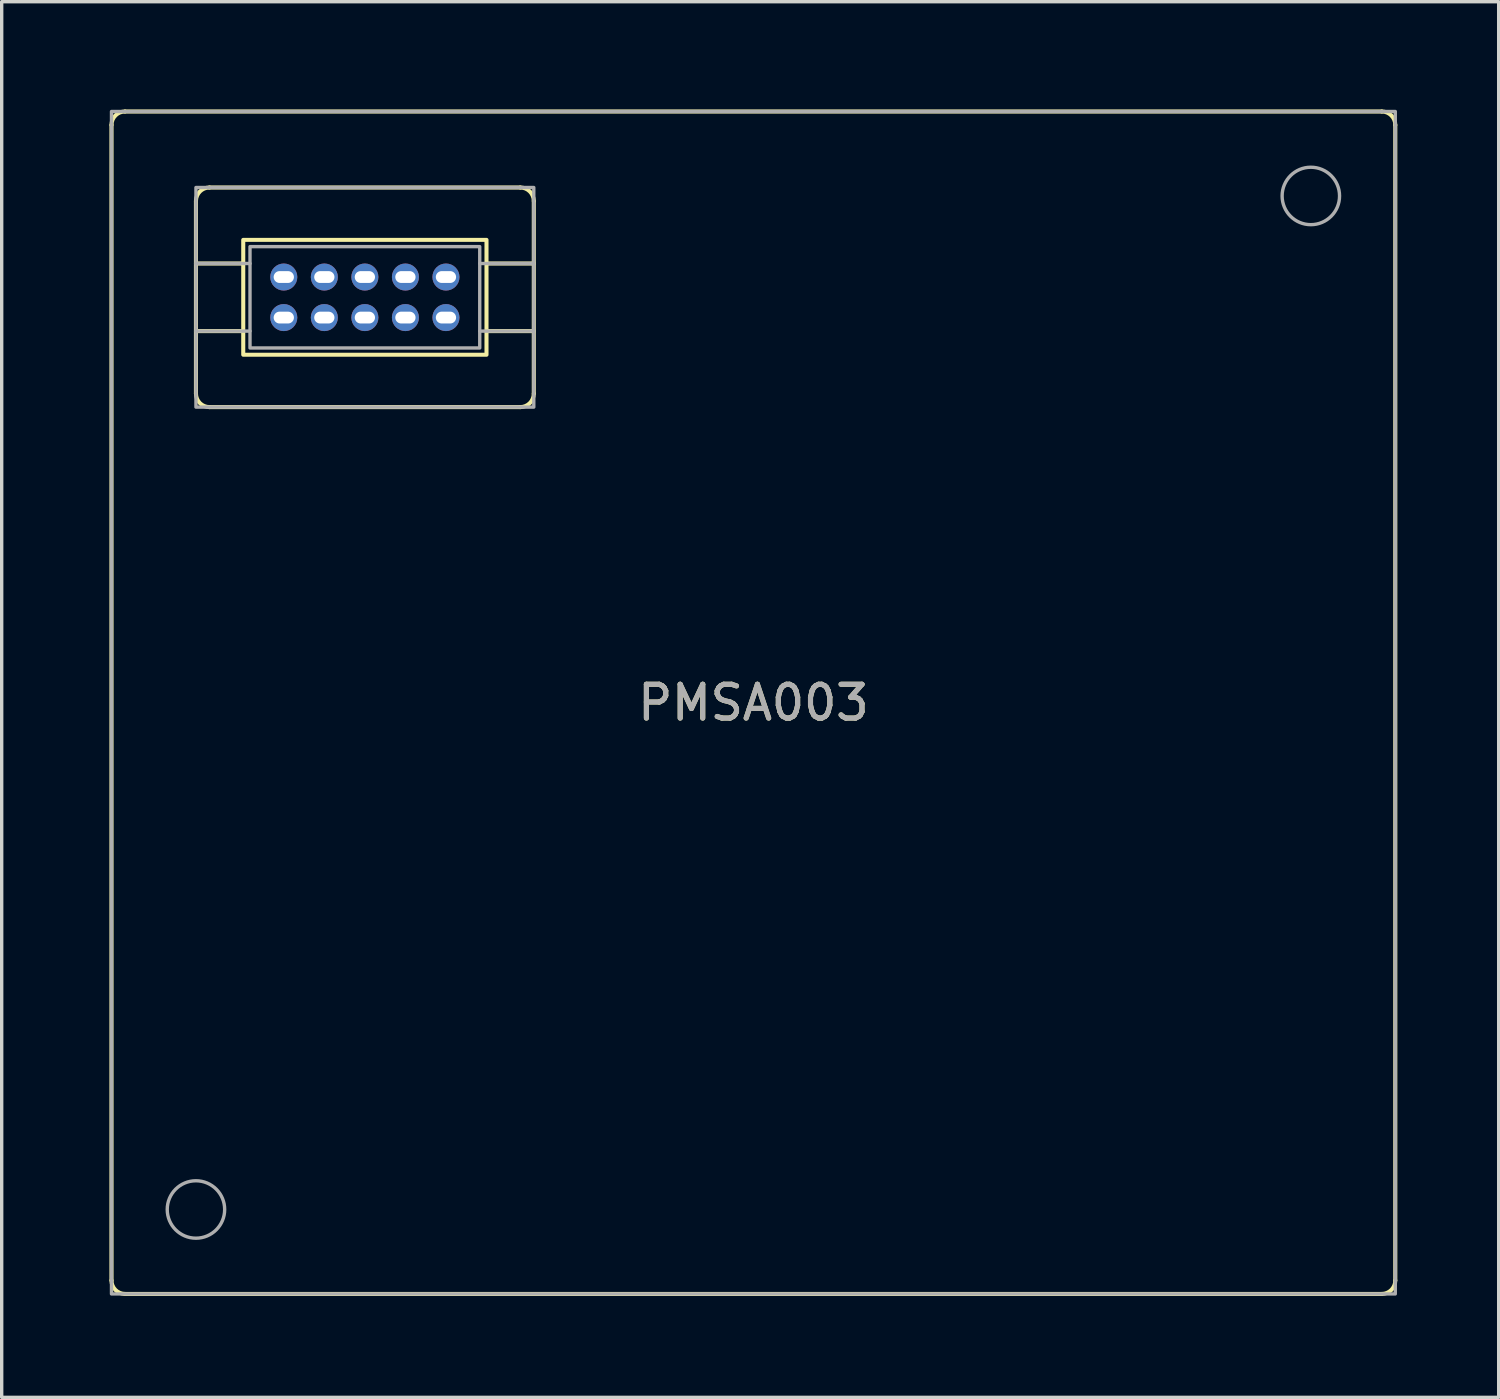
<source format=kicad_pcb>
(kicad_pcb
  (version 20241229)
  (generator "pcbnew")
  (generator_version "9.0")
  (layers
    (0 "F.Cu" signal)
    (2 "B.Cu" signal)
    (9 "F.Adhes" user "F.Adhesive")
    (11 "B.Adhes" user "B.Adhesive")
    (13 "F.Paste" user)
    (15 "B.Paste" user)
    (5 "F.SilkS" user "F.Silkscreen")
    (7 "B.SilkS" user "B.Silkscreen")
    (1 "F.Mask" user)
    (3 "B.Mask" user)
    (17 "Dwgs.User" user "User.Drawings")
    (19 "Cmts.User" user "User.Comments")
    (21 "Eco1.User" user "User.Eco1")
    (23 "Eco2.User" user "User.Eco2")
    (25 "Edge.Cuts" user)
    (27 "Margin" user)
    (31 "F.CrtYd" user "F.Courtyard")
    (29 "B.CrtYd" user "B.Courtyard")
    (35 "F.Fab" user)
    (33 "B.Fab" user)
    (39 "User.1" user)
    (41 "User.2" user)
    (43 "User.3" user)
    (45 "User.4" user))
  (footprint "PMSA003"
    (layer "F.Cu")
    (at 0.25 0.25)
    (property "Reference" "PMSA003" (at 19 17.5 0) (layer "F.SilkS") (effects (font (size 1 1) (thickness 0.15))))
    (attr smd)
    (fp_line (start 0 0.4) (end 0 34.6) (stroke (width 0.12) (type default)) (layer "F.SilkS"))
    (fp_line (start 0.4 35) (end 37.6 35) (stroke (width 0.12) (type default)) (layer "F.SilkS"))
    (fp_line (start 2.5 2.65) (end 2.5 8.35) (stroke (width 0.12) (type default)) (layer "F.SilkS"))
    (fp_line (start 2.5 6.5) (end 3.9 6.5) (stroke (width 0.12) (type default)) (layer "F.SilkS"))
    (fp_line (start 2.9 8.75) (end 12.1 8.75) (stroke (width 0.12) (type default)) (layer "F.SilkS"))
    (fp_line (start 3.9 4.5) (end 2.5 4.5) (stroke (width 0.12) (type default)) (layer "F.SilkS"))
    (fp_line (start 11.1 6.5) (end 12.5 6.5) (stroke (width 0.12) (type default)) (layer "F.SilkS"))
    (fp_line (start 12.1 2.25) (end 2.9 2.25) (stroke (width 0.12) (type default)) (layer "F.SilkS"))
    (fp_line (start 12.5 4.5) (end 11.1 4.5) (stroke (width 0.12) (type default)) (layer "F.SilkS"))
    (fp_line (start 12.5 8.35) (end 12.5 2.65) (stroke (width 0.12) (type default)) (layer "F.SilkS"))
    (fp_line (start 37.6 0) (end 0.4 0) (stroke (width 0.12) (type default)) (layer "F.SilkS"))
    (fp_line (start 38 34.6) (end 38 0.4) (stroke (width 0.12) (type default)) (layer "F.SilkS"))
    (fp_rect (start 11.1 3.8) (end 3.9 7.2) (stroke (width 0.12) (type default)) (fill no) (layer "F.SilkS"))
    (fp_arc (start 0 0.4) (mid 0.117157 0.117157) (end 0.4 0) (stroke (width 0.12) (type default)) (layer "F.SilkS"))
    (fp_arc (start 0.4 35) (mid 0.117157 34.882843) (end 0 34.6) (stroke (width 0.12) (type default)) (layer "F.SilkS"))
    (fp_arc (start 2.5 2.65) (mid 2.617157 2.367157) (end 2.9 2.25) (stroke (width 0.12) (type default)) (layer "F.SilkS"))
    (fp_arc (start 2.9 8.75) (mid 2.617157 8.632843) (end 2.5 8.35) (stroke (width 0.12) (type default)) (layer "F.SilkS"))
    (fp_arc (start 12.1 2.25) (mid 12.382843 2.367157) (end 12.5 2.65) (stroke (width 0.12) (type default)) (layer "F.SilkS"))
    (fp_arc (start 12.5 8.35) (mid 12.382843 8.632843) (end 12.1 8.75) (stroke (width 0.12) (type default)) (layer "F.SilkS"))
    (fp_arc (start 37.6 0) (mid 37.882843 0.117157) (end 38 0.4) (stroke (width 0.12) (type default)) (layer "F.SilkS"))
    (fp_arc (start 38 34.6) (mid 37.882843 34.882843) (end 37.6 35) (stroke (width 0.12) (type default)) (layer "F.SilkS"))
    (fp_line (start 2.5 4.5) (end 4.1 4.5) (stroke (width 0.1) (type default)) (layer "F.Fab"))
    (fp_line (start 2.5 6.5) (end 4.1 6.5) (stroke (width 0.1) (type default)) (layer "F.Fab"))
    (fp_line (start 10.9 4.5) (end 12.5 4.5) (stroke (width 0.1) (type default)) (layer "F.Fab"))
    (fp_line (start 10.9 6.5) (end 12.5 6.5) (stroke (width 0.1) (type default)) (layer "F.Fab"))
    (fp_rect (start 10.9 4) (end 4.1 7) (stroke (width 0.1) (type default)) (fill no) (layer "F.Fab"))
    (fp_rect (start 12.5 2.25) (end 2.5 8.75) (stroke (width 0.1) (type default)) (fill no) (layer "F.Fab"))
    (fp_rect (start 38 0) (end 0 35) (stroke (width 0.1) (type default)) (fill no) (layer "F.Fab"))
    (fp_circle (center 2.5 32.5) (end 1.65 32.5) (stroke (width 0.1) (type default)) (fill no) (layer "F.Fab"))
    (fp_circle (center 35.5 2.5) (end 34.65 2.5) (stroke (width 0.1) (type default)) (fill no) (layer "F.Fab"))
    (fp_text user "${REFERENCE}" (at 19 17.5 0) (layer "F.Fab") (effects (font (size 1 1) (thickness 0.15))))
    (pad "1" thru_hole circle (at 5.1 4.9) (size 0.8 0.8) (drill oval 0.6 0.35) (layers "*.Cu" "*.Mask"))
    (pad "2" thru_hole circle (at 5.1 6.1) (size 0.8 0.8) (drill oval 0.6 0.35) (layers "*.Cu" "*.Mask"))
    (pad "3" thru_hole circle (at 6.3 4.9) (size 0.8 0.8) (drill oval 0.6 0.35) (layers "*.Cu" "*.Mask"))
    (pad "4" thru_hole circle (at 6.3 6.1) (size 0.8 0.8) (drill oval 0.6 0.35) (layers "*.Cu" "*.Mask"))
    (pad "5" thru_hole circle (at 7.5 4.9) (size 0.8 0.8) (drill oval 0.6 0.35) (layers "*.Cu" "*.Mask"))
    (pad "6" thru_hole circle (at 7.5 6.1) (size 0.8 0.8) (drill oval 0.6 0.35) (layers "*.Cu" "*.Mask"))
    (pad "7" thru_hole circle (at 8.7 4.9) (size 0.8 0.8) (drill oval 0.6 0.35) (layers "*.Cu" "*.Mask"))
    (pad "8" thru_hole circle (at 8.7 6.1) (size 0.8 0.8) (drill oval 0.6 0.35) (layers "*.Cu" "*.Mask"))
    (pad "9" thru_hole circle (at 9.9 4.9) (size 0.8 0.8) (drill oval 0.6 0.35) (layers "*.Cu" "*.Mask"))
    (pad "10" thru_hole circle (at 9.9 6.1) (size 0.8 0.8) (drill oval 0.6 0.35) (layers "*.Cu" "*.Mask")))
  (gr_rect
    (start -3 -3)
    (end 41.31 38.31)
    (stroke (width 0.1) (type default))
    (fill no)
    (layer "Edge.Cuts")))
</source>
